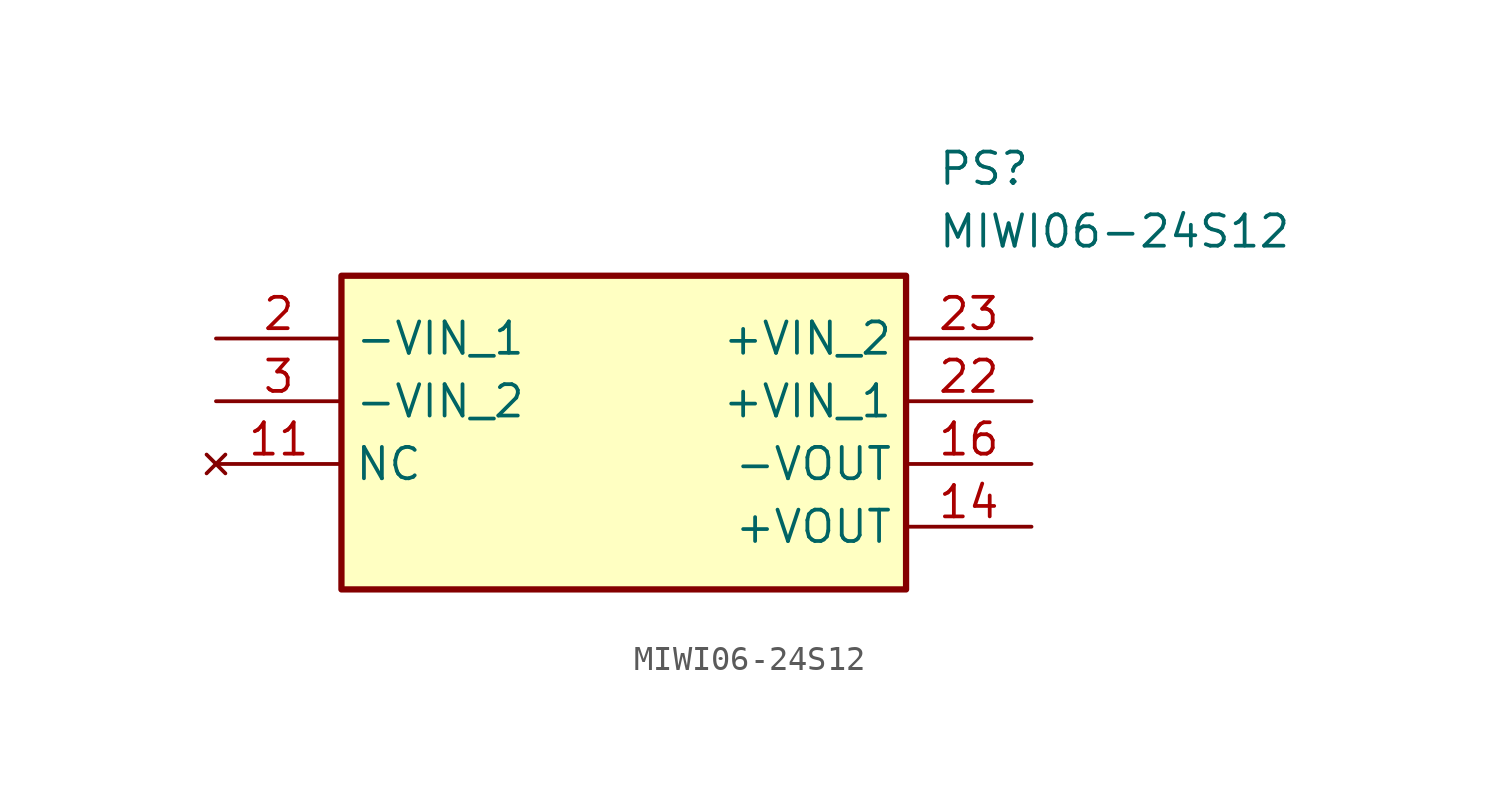
<source format=kicad_sym>
(kicad_symbol_lib
  (version 20211014)
  (generator SamacSys_ECAD_Model)
  (symbol "MIWI06-24S12"
    (property "Reference" "PS"
      (at 29.21 7.62 0)
      (effects (font (size 1.27 1.27)) (justify left top)))
    (property "Value" "MIWI06-24S12"
      (at 29.21 5.08 0)
      (effects (font (size 1.27 1.27)) (justify left top)))
    (rectangle
      (start 5.08 2.54)
      (end 27.94 -10.16)
      (stroke (width 0.254) (type default))
      (fill (type background)))
    (pin passive line
      (at 0 0 0)
      (length 5.08)
      (name "-VIN_1" (effects (font (size 1.27 1.27))))
      (number "2" (effects (font (size 1.27 1.27)))))
    (pin passive line
      (at 0 -2.54 0)
      (length 5.08)
      (name "-VIN_2" (effects (font (size 1.27 1.27))))
      (number "3" (effects (font (size 1.27 1.27)))))
    (pin no_connect line
      (at 0 -5.08 0)
      (length 5.08)
      (name "NC" (effects (font (size 1.27 1.27))))
      (number "11" (effects (font (size 1.27 1.27)))))
    (pin passive line
      (at 33.02 -7.62 180)
      (length 5.08)
      (name "+VOUT" (effects (font (size 1.27 1.27))))
      (number "14" (effects (font (size 1.27 1.27)))))
    (pin passive line
      (at 33.02 -5.08 180)
      (length 5.08)
      (name "-VOUT" (effects (font (size 1.27 1.27))))
      (number "16" (effects (font (size 1.27 1.27)))))
    (pin passive line
      (at 33.02 -2.54 180)
      (length 5.08)
      (name "+VIN_1" (effects (font (size 1.27 1.27))))
      (number "22" (effects (font (size 1.27 1.27)))))
    (pin passive line
      (at 33.02 0 180)
      (length 5.08)
      (name "+VIN_2" (effects (font (size 1.27 1.27))))
      (number "23" (effects (font (size 1.27 1.27)))))))
</source>
